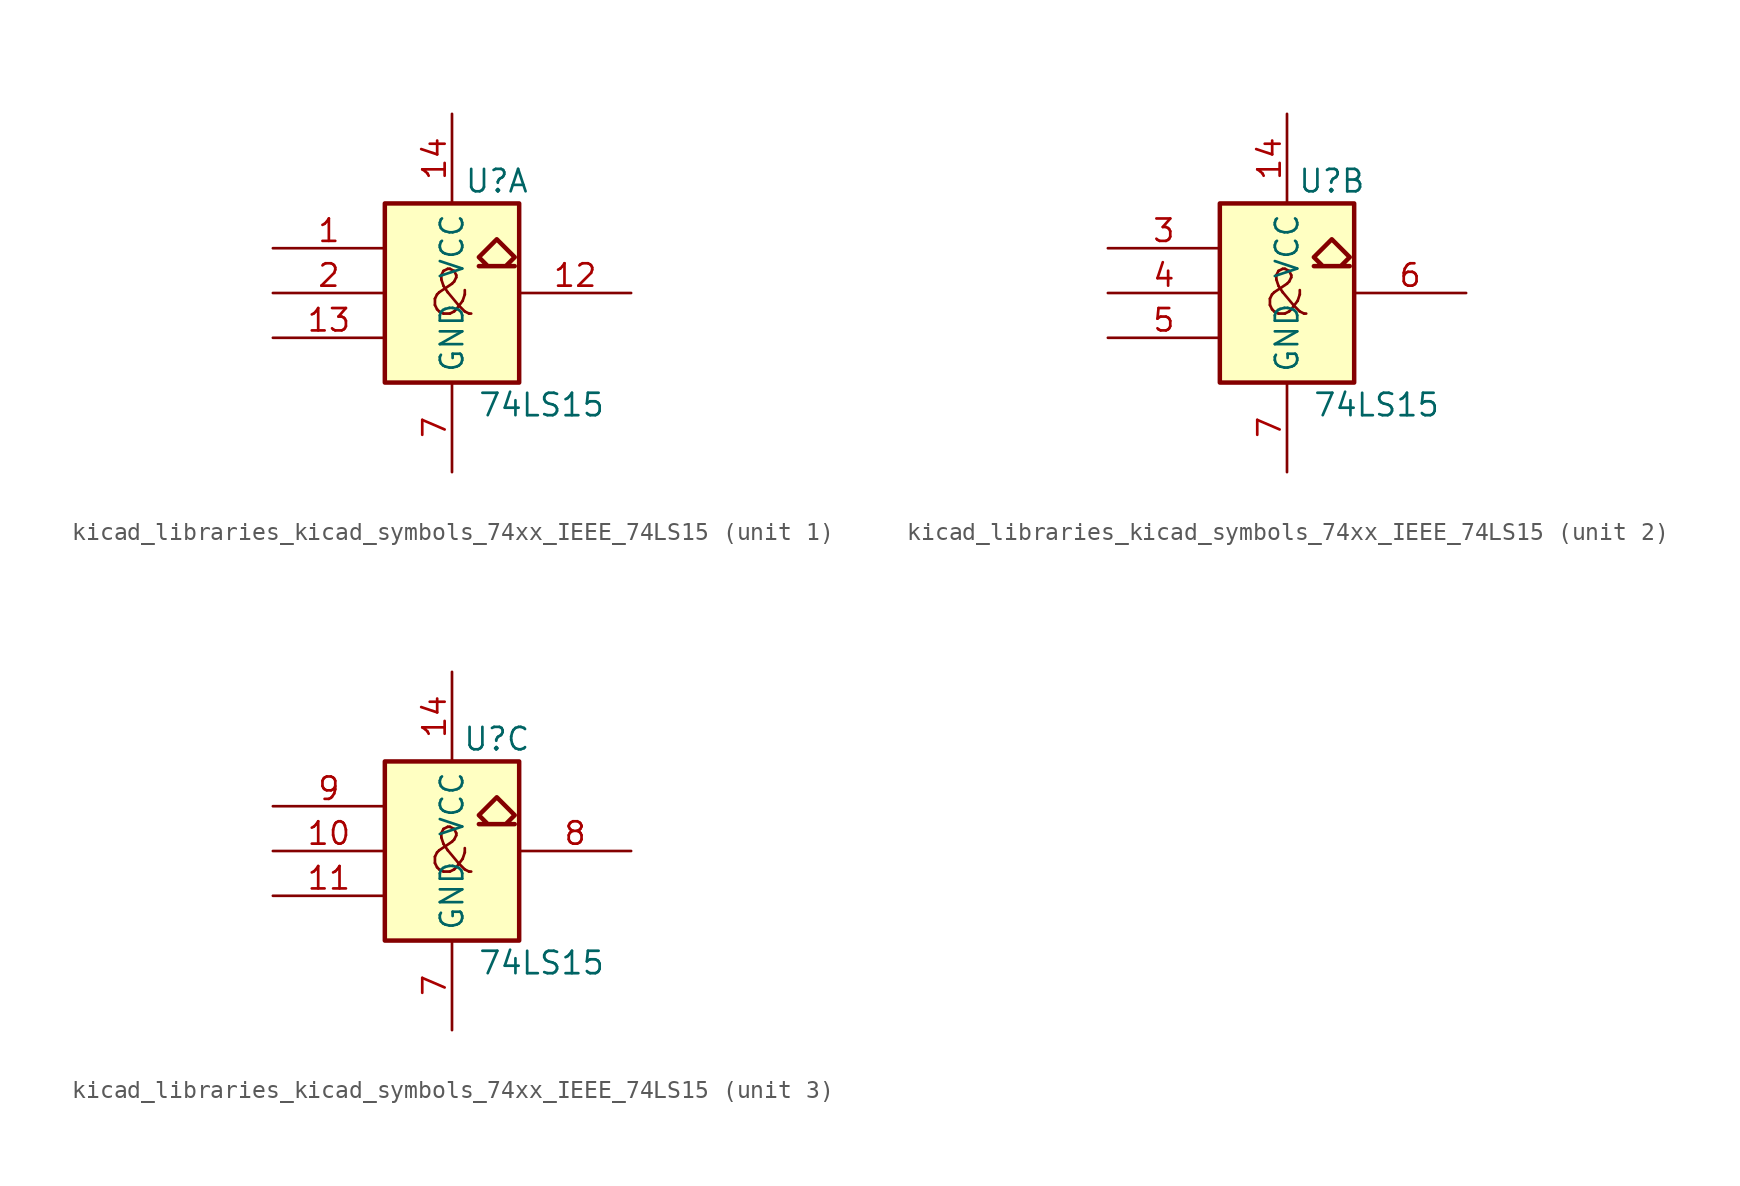
<source format=kicad_sym>
(kicad_symbol_lib
  (version 20220914)
  (generator kicad_symbol_editor)
  (symbol "kicad_libraries_kicad_symbols_74xx_IEEE_74LS15"
    (property "Reference" "U"
      (at 2.54 6.35 0)
      (effects (font (size 1.27 1.27))))
    (property "Value" "74LS15"
      (at 5.08 -6.35 0)
      (effects (font (size 1.27 1.27))))
    (symbol "kicad_libraries_kicad_symbols_74xx_IEEE_74LS15_0_0"
      (polyline (pts (xy 2.032 1.524) (xy 1.524 2.032) (xy 2.54 3.048) (xy 3.556 2.032) (xy 3.048 1.524) (xy 3.556 1.524) (xy 1.524 1.524) (xy 1.524 1.524)) (stroke (width 0.254) (type default)) (fill (type background)))
      (text "&" (at 0 0 0) (effects (font (size 2.54 2.54)))))
    (symbol "kicad_libraries_kicad_symbols_74xx_IEEE_74LS15_0_1"
      (rectangle (start -3.81 5.08) (end 3.81 -5.08) (stroke (width 0.254) (type default)) (fill (type background)))
      (pin power_in line (at 0 10.16 270) (length 5.08) (name "VCC" (effects (font (size 1.27 1.27)))) (number "14" (effects (font (size 1.27 1.27)))))
      (pin power_in line (at 0 -10.16 90) (length 5.08) (name "GND" (effects (font (size 1.27 1.27)))) (number "7" (effects (font (size 1.27 1.27))))))
    (symbol "kicad_libraries_kicad_symbols_74xx_IEEE_74LS15_1_1"
      (pin input line (at -10.16 2.54 0) (length 6.35) (name "~" (effects (font (size 1.27 1.27)))) (number "1" (effects (font (size 1.27 1.27)))))
      (pin output line (at 10.16 0 180) (length 6.35) (name "~" (effects (font (size 1.27 1.27)))) (number "12" (effects (font (size 1.27 1.27)))))
      (pin input line (at -10.16 -2.54 0) (length 6.35) (name "~" (effects (font (size 1.27 1.27)))) (number "13" (effects (font (size 1.27 1.27)))))
      (pin input line (at -10.16 0 0) (length 6.35) (name "~" (effects (font (size 1.27 1.27)))) (number "2" (effects (font (size 1.27 1.27))))))
    (symbol "kicad_libraries_kicad_symbols_74xx_IEEE_74LS15_2_1"
      (pin input line (at -10.16 2.54 0) (length 6.35) (name "~" (effects (font (size 1.27 1.27)))) (number "3" (effects (font (size 1.27 1.27)))))
      (pin input line (at -10.16 0 0) (length 6.35) (name "~" (effects (font (size 1.27 1.27)))) (number "4" (effects (font (size 1.27 1.27)))))
      (pin input line (at -10.16 -2.54 0) (length 6.35) (name "~" (effects (font (size 1.27 1.27)))) (number "5" (effects (font (size 1.27 1.27)))))
      (pin output line (at 10.16 0 180) (length 6.35) (name "~" (effects (font (size 1.27 1.27)))) (number "6" (effects (font (size 1.27 1.27))))))
    (symbol "kicad_libraries_kicad_symbols_74xx_IEEE_74LS15_3_1"
      (pin input line (at -10.16 0 0) (length 6.35) (name "~" (effects (font (size 1.27 1.27)))) (number "10" (effects (font (size 1.27 1.27)))))
      (pin input line (at -10.16 -2.54 0) (length 6.35) (name "~" (effects (font (size 1.27 1.27)))) (number "11" (effects (font (size 1.27 1.27)))))
      (pin output line (at 10.16 0 180) (length 6.35) (name "~" (effects (font (size 1.27 1.27)))) (number "8" (effects (font (size 1.27 1.27)))))
      (pin input line (at -10.16 2.54 0) (length 6.35) (name "~" (effects (font (size 1.27 1.27)))) (number "9" (effects (font (size 1.27 1.27))))))))
</source>
